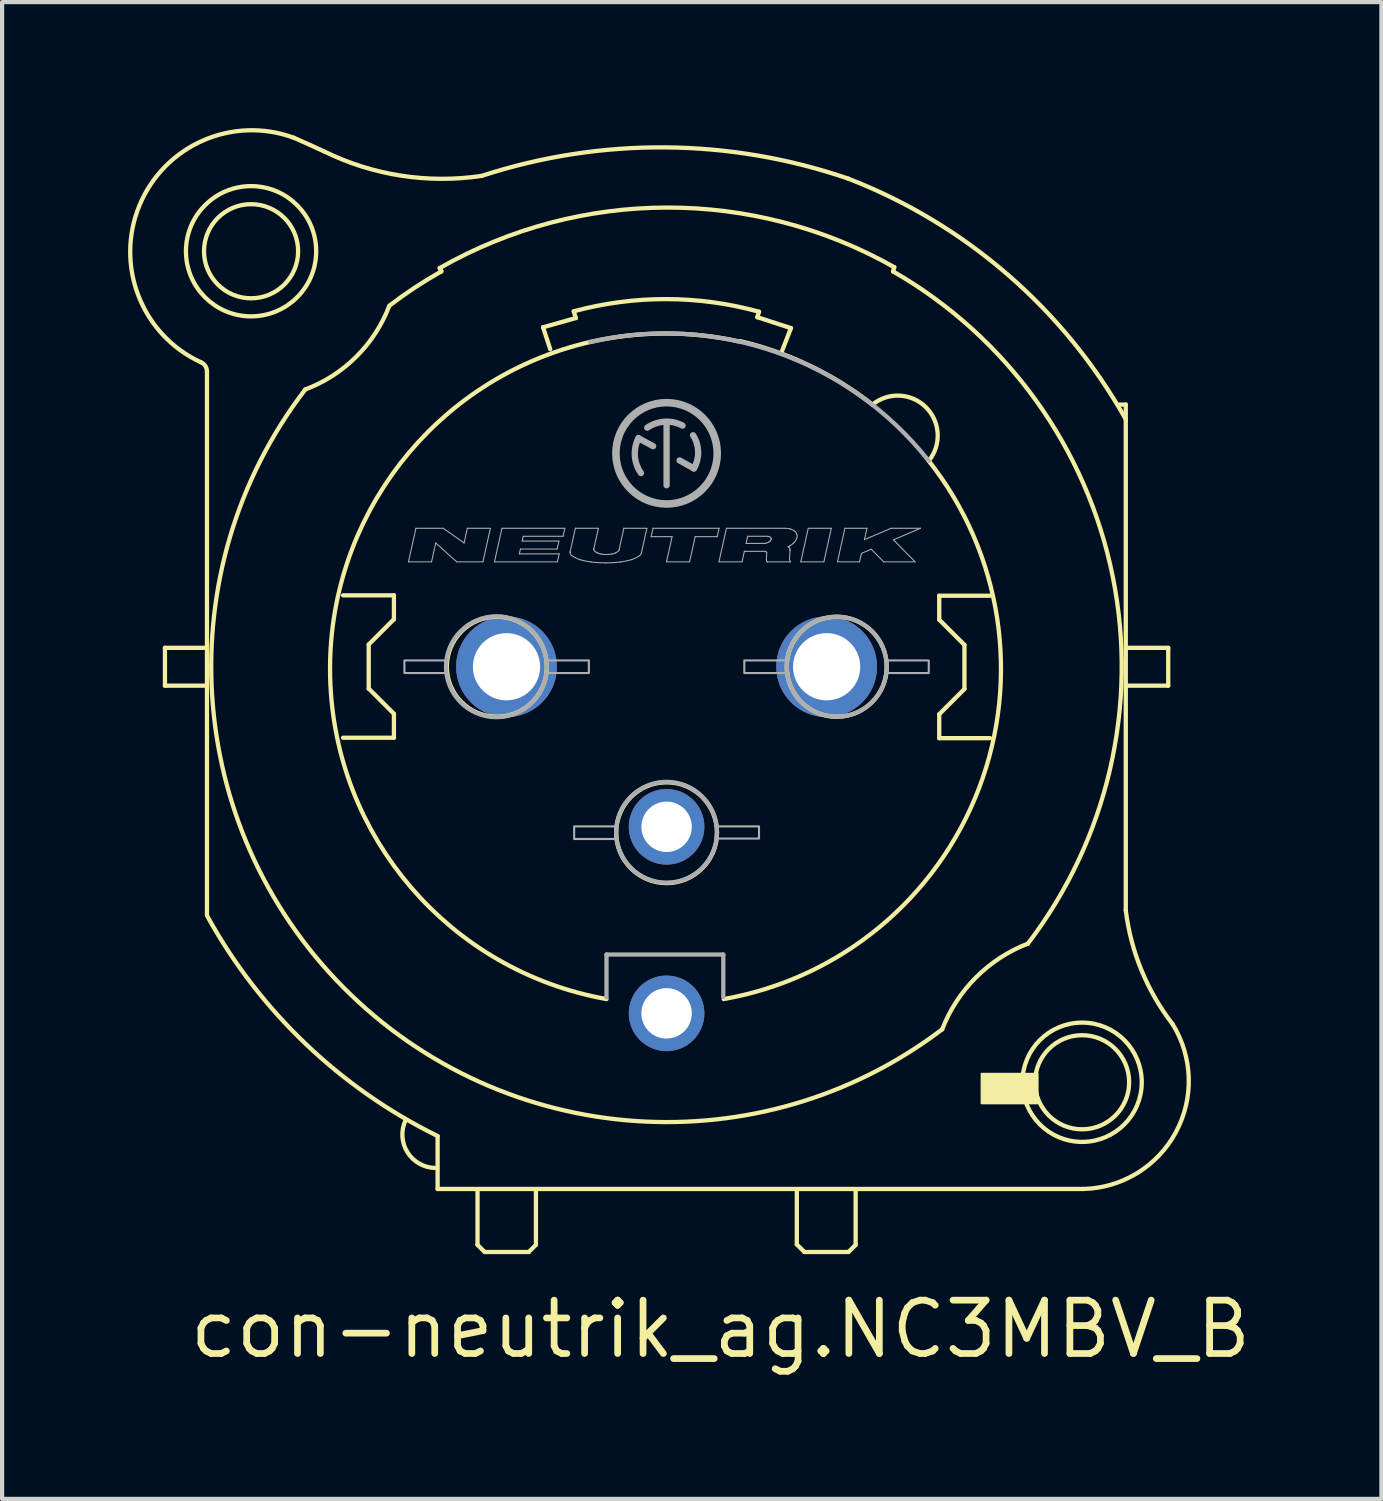
<source format=kicad_pcb>
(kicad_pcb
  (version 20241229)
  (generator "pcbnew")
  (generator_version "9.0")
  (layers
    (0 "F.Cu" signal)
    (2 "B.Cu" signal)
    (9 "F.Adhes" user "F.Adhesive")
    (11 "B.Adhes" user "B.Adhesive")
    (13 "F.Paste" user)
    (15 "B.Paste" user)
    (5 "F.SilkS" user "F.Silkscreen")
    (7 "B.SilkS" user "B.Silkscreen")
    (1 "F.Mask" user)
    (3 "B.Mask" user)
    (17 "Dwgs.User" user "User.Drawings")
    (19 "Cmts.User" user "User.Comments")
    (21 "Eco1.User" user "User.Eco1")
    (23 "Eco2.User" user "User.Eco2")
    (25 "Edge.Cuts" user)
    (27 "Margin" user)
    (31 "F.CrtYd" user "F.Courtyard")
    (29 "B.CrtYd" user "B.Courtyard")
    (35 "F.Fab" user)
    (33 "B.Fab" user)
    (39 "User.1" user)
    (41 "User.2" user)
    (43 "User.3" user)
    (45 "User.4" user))
  (footprint "con-neutrik_ag.NC3MBV_B"
    (layer "F.Cu")
    (at 12.816 12.82)
    (property "Reference" "con-neutrik_ag.NC3MBV_B" (at -11.43 16.51 0) (layer "F.SilkS") (effects (font (size 1.27 1.27) (thickness 0.16)) (justify left bottom)))
    (attr through_hole)
    (fp_line (start -11.94 -0.45) (end -11.94 0.45) (stroke (width 0.102) (type default)) (layer "F.SilkS"))
    (fp_line (start -11.94 0.45) (end -10.99 0.45) (stroke (width 0.102) (type default)) (layer "F.SilkS"))
    (fp_line (start -10.99 -0.45) (end -11.94 -0.45) (stroke (width 0.102) (type default)) (layer "F.SilkS"))
    (fp_line (start -10.94 5.5) (end -10.94 -7.03) (stroke (width 0.102) (type default)) (layer "F.SilkS"))
    (fp_line (start -10.94 5.91) (end -10.94 5.52) (stroke (width 0.102) (type default)) (layer "F.SilkS"))
    (fp_line (start -7.7 -1.7) (end -6.49 -1.7) (stroke (width 0.102) (type default)) (layer "F.SilkS"))
    (fp_line (start -7.09 -0.53) (end -7.09 0.52) (stroke (width 0.102) (type default)) (layer "F.SilkS"))
    (fp_line (start -7.09 0.52) (end -6.49 1.12) (stroke (width 0.102) (type default)) (layer "F.SilkS"))
    (fp_line (start -6.49 -1.7) (end -6.49 -1.13) (stroke (width 0.102) (type default)) (layer "F.SilkS"))
    (fp_line (start -6.49 -1.13) (end -7.09 -0.53) (stroke (width 0.102) (type default)) (layer "F.SilkS"))
    (fp_line (start -6.49 1.12) (end -6.49 1.69) (stroke (width 0.102) (type default)) (layer "F.SilkS"))
    (fp_line (start -6.49 1.69) (end -7.7 1.69) (stroke (width 0.102) (type default)) (layer "F.SilkS"))
    (fp_line (start -5.45 11.17) (end -5.45 12.43) (stroke (width 0.102) (type default)) (layer "F.SilkS"))
    (fp_line (start -5.45 12.43) (end 9.92 12.43) (stroke (width 0.102) (type default)) (layer "F.SilkS"))
    (fp_line (start -5.4 -9.49) (end -5.36 -9.41) (stroke (width 0.102) (type default)) (layer "F.SilkS"))
    (fp_line (start -4.5 12.49) (end -4.5 13.76) (stroke (width 0.102) (type default)) (layer "F.SilkS"))
    (fp_line (start -4.5 13.76) (end -4.33 13.93) (stroke (width 0.102) (type default)) (layer "F.SilkS"))
    (fp_line (start -4.33 13.93) (end -3.28 13.93) (stroke (width 0.102) (type default)) (layer "F.SilkS"))
    (fp_line (start -3.28 13.93) (end -3.11 13.76) (stroke (width 0.102) (type default)) (layer "F.SilkS"))
    (fp_line (start -3.11 13.76) (end -3.11 12.47) (stroke (width 0.102) (type default)) (layer "F.SilkS"))
    (fp_line (start -2.94 -8.08) (end -2.16 -8.3) (stroke (width 0.102) (type default)) (layer "F.SilkS"))
    (fp_line (start -2.77 -7.56) (end -2.94 -8.08) (stroke (width 0.102) (type default)) (layer "F.SilkS"))
    (fp_line (start -2.16 -8.3) (end -2.21 -8.46) (stroke (width 0.102) (type default)) (layer "F.SilkS"))
    (fp_line (start 2.16 -8.32) (end 2.96 -8.06) (stroke (width 0.102) (type default)) (layer "F.SilkS"))
    (fp_line (start 2.2 -8.45) (end 2.16 -8.32) (stroke (width 0.102) (type default)) (layer "F.SilkS"))
    (fp_line (start 2.96 -8.06) (end 2.75 -7.52) (stroke (width 0.102) (type default)) (layer "F.SilkS"))
    (fp_line (start 3.1 12.49) (end 3.1 13.75) (stroke (width 0.102) (type default)) (layer "F.SilkS"))
    (fp_line (start 3.1 13.75) (end 3.28 13.93) (stroke (width 0.102) (type default)) (layer "F.SilkS"))
    (fp_line (start 3.28 13.93) (end 4.33 13.93) (stroke (width 0.102) (type default)) (layer "F.SilkS"))
    (fp_line (start 4.33 13.93) (end 4.5 13.76) (stroke (width 0.102) (type default)) (layer "F.SilkS"))
    (fp_line (start 4.5 13.76) (end 4.5 12.48) (stroke (width 0.102) (type default)) (layer "F.SilkS"))
    (fp_line (start 5.39 -9.41) (end 5.42 -9.51) (stroke (width 0.102) (type default)) (layer "F.SilkS"))
    (fp_line (start 6.49 -1.69) (end 7.7 -1.69) (stroke (width 0.102) (type default)) (layer "F.SilkS"))
    (fp_line (start 6.49 -1.12) (end 6.49 -1.69) (stroke (width 0.102) (type default)) (layer "F.SilkS"))
    (fp_line (start 6.49 1.13) (end 7.09 0.53) (stroke (width 0.102) (type default)) (layer "F.SilkS"))
    (fp_line (start 6.49 1.7) (end 6.49 1.13) (stroke (width 0.102) (type default)) (layer "F.SilkS"))
    (fp_line (start 7.09 -0.52) (end 6.49 -1.12) (stroke (width 0.102) (type default)) (layer "F.SilkS"))
    (fp_line (start 7.09 0.53) (end 7.09 -0.52) (stroke (width 0.102) (type default)) (layer "F.SilkS"))
    (fp_line (start 7.7 1.7) (end 6.49 1.7) (stroke (width 0.102) (type default)) (layer "F.SilkS"))
    (fp_line (start 10.93 -6.24) (end 10.77 -6.24) (stroke (width 0.102) (type default)) (layer "F.SilkS"))
    (fp_line (start 10.93 5.8) (end 10.93 -6.24) (stroke (width 0.102) (type default)) (layer "F.SilkS"))
    (fp_line (start 10.97 -0.45) (end 11.94 -0.45) (stroke (width 0.102) (type default)) (layer "F.SilkS"))
    (fp_line (start 11.94 -0.45) (end 11.94 0.45) (stroke (width 0.102) (type default)) (layer "F.SilkS"))
    (fp_line (start 11.94 0.45) (end 10.97 0.45) (stroke (width 0.102) (type default)) (layer "F.SilkS"))
    (fp_rect (start 7.5 10.39) (end 8.83 9.69) (stroke (width 0.05) (type default)) (fill yes) (layer "F.SilkS"))
    (fp_arc (start -11.09 -7.25) (mid -10.981062 -7.163139) (end -10.94 -7.03) (stroke (width 0.1016) (type default)) (layer "F.SilkS"))
    (fp_arc (start -11.09 -7.25) (mid -12.543512 -10.98573) (end -8.87 -12.59) (stroke (width 0.1016) (type default)) (layer "F.SilkS"))
    (fp_arc (start -8.87 -12.59) (mid -8.514255 -12.431652) (end -8.16 -12.27) (stroke (width 0.1016) (type default)) (layer "F.SilkS"))
    (fp_arc (start -6.6 -8.59) (mid -7.385857 -7.379781) (end -8.6 -6.6) (stroke (width 0.1016) (type default)) (layer "F.SilkS"))
    (fp_arc (start -6.59 -8.6) (mid -5.989419 -9.026896) (end -5.36 -9.41) (stroke (width 0.1016) (type default)) (layer "F.SilkS"))
    (fp_arc (start -5.51 11.93) (mid -6.165298 11.560367) (end -6.22 10.81) (stroke (width 0.1016) (type default)) (layer "F.SilkS"))
    (fp_arc (start -5.45 11.17) (mid -8.591551 8.975746) (end -10.93 5.94) (stroke (width 0.1016) (type default)) (layer "F.SilkS"))
    (fp_arc (start -5.4 -9.49) (mid 0.007357 -10.929608) (end 5.42 -9.51) (stroke (width 0.1016) (type default)) (layer "F.SilkS"))
    (fp_arc (start -4.3995 -11.6841) (mid -6.324542 -11.689558) (end -8.16 -12.27) (stroke (width 0.1016) (type default)) (layer "F.SilkS"))
    (fp_arc (start -4.3975 -11.6846) (mid -0.033882 -12.361943) (end 4.3192 -11.6199) (stroke (width 0.1016) (type default)) (layer "F.SilkS"))
    (fp_arc (start -2.21 -8.46) (mid -0.004329 -8.750808) (end 2.2 -8.45) (stroke (width 0.1016) (type default)) (layer "F.SilkS"))
    (fp_arc (start -1.82 -7.73) (mid -0.040554 -7.932105) (end 1.74 -7.74) (stroke (width 0.1016) (type default)) (layer "F.SilkS"))
    (fp_arc (start -1.43 7.91) (mid -8.007804 0.249162) (end -1.82 -7.73) (stroke (width 0.1016) (type default)) (layer "F.SilkS"))
    (fp_arc (start 1.75 -7.75) (mid 3.407463 -7.167026) (end 4.9 -6.24) (stroke (width 0.1016) (type default)) (layer "F.SilkS"))
    (fp_arc (start 4.3216 -11.6192) (mid 8.12433 -9.329634) (end 10.93 -5.89) (stroke (width 0.1016) (type default)) (layer "F.SilkS"))
    (fp_arc (start 4.9 -6.24) (mid 6.174454 -6.174454) (end 6.24 -4.9) (stroke (width 0.1016) (type default)) (layer "F.SilkS"))
    (fp_arc (start 5.39 -9.41) (mid 10.621563 -2.137579) (end 8.6 6.59) (stroke (width 0.1016) (type default)) (layer "F.SilkS"))
    (fp_arc (start 6.24 -4.9) (mid 7.436813 2.890453) (end 1.36 7.91) (stroke (width 0.1016) (type default)) (layer "F.SilkS"))
    (fp_arc (start 6.56 8.63) (mid -7.680581 7.644968) (end -8.6 -6.6) (stroke (width 0.1016) (type default)) (layer "F.SilkS"))
    (fp_arc (start 6.56 8.63) (mid 7.3644 7.3944) (end 8.6 6.59) (stroke (width 0.1016) (type default)) (layer "F.SilkS"))
    (fp_arc (start 12.04 8.5) (mid 12.121472 11.080756) (end 9.92 12.43) (stroke (width 0.1016) (type default)) (layer "F.SilkS"))
    (fp_arc (start 12.04 8.5) (mid 11.303815 7.224487) (end 10.93 5.8) (stroke (width 0.1016) (type default)) (layer "F.SilkS"))
    (fp_circle (center -9.89 -9.89) (end -8.77 -9.89) (stroke (width 0.102) (type default)) (fill no) (layer "F.SilkS"))
    (fp_circle (center -9.89 -9.89) (end -8.34 -9.89) (stroke (width 0.102) (type default)) (fill no) (layer "F.SilkS"))
    (fp_circle (center -4.04 0) (end -2.85 0) (stroke (width 0.102) (type default)) (fill no) (layer "F.SilkS"))
    (fp_circle (center 0 3.95) (end 1.2 3.95) (stroke (width 0.102) (type default)) (fill no) (layer "F.SilkS"))
    (fp_circle (center 4.05 0) (end 5.24 0) (stroke (width 0.102) (type default)) (fill no) (layer "F.SilkS"))
    (fp_circle (center 9.89 9.89) (end 11.01 9.89) (stroke (width 0.102) (type default)) (fill no) (layer "F.SilkS"))
    (fp_circle (center 9.89 9.89) (end 11.31 9.89) (stroke (width 0.102) (type default)) (fill no) (layer "F.SilkS"))
    (fp_line (start -6.144 -2.497) (end -5.966 -3.296) (stroke (width 0.025) (type default)) (layer "F.Fab"))
    (fp_line (start -6.144 -2.497) (end -5.594 -2.497) (stroke (width 0.025) (type default)) (layer "F.Fab"))
    (fp_line (start -5.966 -3.296) (end -5.317 -3.296) (stroke (width 0.025) (type default)) (layer "F.Fab"))
    (fp_line (start -5.594 -2.497) (end -5.495 -2.946) (stroke (width 0.025) (type default)) (layer "F.Fab"))
    (fp_line (start -5.495 -2.946) (end -4.995 -2.497) (stroke (width 0.025) (type default)) (layer "F.Fab"))
    (fp_line (start -5.317 -3.296) (end -4.82 -2.946) (stroke (width 0.025) (type default)) (layer "F.Fab"))
    (fp_line (start -4.995 -2.497) (end -4.371 -2.497) (stroke (width 0.025) (type default)) (layer "F.Fab"))
    (fp_line (start -4.82 -2.946) (end -4.743 -3.296) (stroke (width 0.025) (type default)) (layer "F.Fab"))
    (fp_line (start -4.743 -3.296) (end -4.194 -3.296) (stroke (width 0.025) (type default)) (layer "F.Fab"))
    (fp_line (start -4.371 -2.497) (end -4.194 -3.296) (stroke (width 0.025) (type default)) (layer "F.Fab"))
    (fp_line (start -4.096 -2.497) (end -3.919 -3.296) (stroke (width 0.025) (type default)) (layer "F.Fab"))
    (fp_line (start -4.096 -2.497) (end -2.598 -2.497) (stroke (width 0.025) (type default)) (layer "F.Fab"))
    (fp_line (start -3.919 -3.296) (end -2.421 -3.296) (stroke (width 0.025) (type default)) (layer "F.Fab"))
    (fp_line (start -3.505 -2.687) (end -3.479 -2.802) (stroke (width 0.025) (type default)) (layer "F.Fab"))
    (fp_line (start -3.505 -2.687) (end -2.556 -2.687) (stroke (width 0.025) (type default)) (layer "F.Fab"))
    (fp_line (start -3.479 -2.802) (end -2.605 -2.802) (stroke (width 0.025) (type default)) (layer "F.Fab"))
    (fp_line (start -3.437 -2.991) (end -3.412 -3.106) (stroke (width 0.025) (type default)) (layer "F.Fab"))
    (fp_line (start -3.437 -2.991) (end -2.563 -2.991) (stroke (width 0.025) (type default)) (layer "F.Fab"))
    (fp_line (start -3.412 -3.106) (end -2.463 -3.106) (stroke (width 0.025) (type default)) (layer "F.Fab"))
    (fp_line (start -2.605 -2.802) (end -2.563 -2.991) (stroke (width 0.025) (type default)) (layer "F.Fab"))
    (fp_line (start -2.598 -2.497) (end -2.556 -2.687) (stroke (width 0.025) (type default)) (layer "F.Fab"))
    (fp_line (start -2.463 -3.106) (end -2.421 -3.296) (stroke (width 0.025) (type default)) (layer "F.Fab"))
    (fp_line (start -2.294 -2.741) (end -2.171 -3.296) (stroke (width 0.025) (type default)) (layer "F.Fab"))
    (fp_line (start -2.171 -3.296) (end -1.623 -3.296) (stroke (width 0.025) (type default)) (layer "F.Fab"))
    (fp_line (start -1.731 -2.81) (end -1.623 -3.296) (stroke (width 0.025) (type default)) (layer "F.Fab"))
    (fp_line (start -1.43 6.85) (end 1.35 6.85) (stroke (width 0.102) (type default)) (layer "F.Fab"))
    (fp_line (start -1.43 7.87) (end -1.43 6.85) (stroke (width 0.102) (type default)) (layer "F.Fab"))
    (fp_line (start -1.13 -2.784) (end -1.017 -3.296) (stroke (width 0.025) (type default)) (layer "F.Fab"))
    (fp_line (start -1.017 -3.296) (end -0.469 -3.296) (stroke (width 0.025) (type default)) (layer "F.Fab"))
    (fp_line (start -0.67 -5.44) (end -0.32 -5.25) (stroke (width 0.15) (type default)) (layer "F.Fab"))
    (fp_line (start -0.601 -2.702) (end -0.469 -3.296) (stroke (width 0.025) (type default)) (layer "F.Fab"))
    (fp_line (start -0.368 -3.096) (end -0.324 -3.296) (stroke (width 0.025) (type default)) (layer "F.Fab"))
    (fp_line (start -0.368 -3.096) (end 0.131 -3.096) (stroke (width 0.025) (type default)) (layer "F.Fab"))
    (fp_line (start -0.324 -3.296) (end 1.249 -3.296) (stroke (width 0.025) (type default)) (layer "F.Fab"))
    (fp_line (start -0.001 -2.497) (end 0.131 -3.096) (stroke (width 0.025) (type default)) (layer "F.Fab"))
    (fp_line (start -0.001 -2.497) (end 0.548 -2.497) (stroke (width 0.025) (type default)) (layer "F.Fab"))
    (fp_line (start 0 -4.32) (end 0 -5.82) (stroke (width 0.15) (type default)) (layer "F.Fab"))
    (fp_line (start 0.31 -4.91) (end 0.65 -4.72) (stroke (width 0.15) (type default)) (layer "F.Fab"))
    (fp_line (start 0.548 -2.497) (end 0.681 -3.096) (stroke (width 0.025) (type default)) (layer "F.Fab"))
    (fp_line (start 0.681 -3.096) (end 1.205 -3.096) (stroke (width 0.025) (type default)) (layer "F.Fab"))
    (fp_line (start 1.205 -3.096) (end 1.249 -3.296) (stroke (width 0.025) (type default)) (layer "F.Fab"))
    (fp_line (start 1.247 -2.497) (end 1.424 -3.296) (stroke (width 0.025) (type default)) (layer "F.Fab"))
    (fp_line (start 1.247 -2.497) (end 1.796 -2.497) (stroke (width 0.025) (type default)) (layer "F.Fab"))
    (fp_line (start 1.35 6.85) (end 1.35 7.86) (stroke (width 0.102) (type default)) (layer "F.Fab"))
    (fp_line (start 1.424 -3.296) (end 2.826 -3.296) (stroke (width 0.025) (type default)) (layer "F.Fab"))
    (fp_line (start 1.796 -2.497) (end 1.852 -2.747) (stroke (width 0.025) (type default)) (layer "F.Fab"))
    (fp_line (start 1.852 -2.747) (end 2.328 -2.747) (stroke (width 0.025) (type default)) (layer "F.Fab"))
    (fp_line (start 1.894 -2.936) (end 1.931 -3.106) (stroke (width 0.025) (type default)) (layer "F.Fab"))
    (fp_line (start 1.894 -2.936) (end 2.321 -2.936) (stroke (width 0.025) (type default)) (layer "F.Fab"))
    (fp_line (start 1.931 -3.106) (end 2.394 -3.106) (stroke (width 0.025) (type default)) (layer "F.Fab"))
    (fp_line (start 2.375 -2.561) (end 2.385 -2.707) (stroke (width 0.025) (type default)) (layer "F.Fab"))
    (fp_line (start 2.394 -2.497) (end 2.394 -2.497) (stroke (width 0.025) (type default)) (layer "F.Fab"))
    (fp_line (start 2.394 -2.497) (end 2.95 -2.497) (stroke (width 0.025) (type default)) (layer "F.Fab"))
    (fp_line (start 2.926 -2.581) (end 2.939 -2.767) (stroke (width 0.025) (type default)) (layer "F.Fab"))
    (fp_line (start 3.195 -2.497) (end 3.372 -3.296) (stroke (width 0.025) (type default)) (layer "F.Fab"))
    (fp_line (start 3.195 -2.497) (end 3.744 -2.497) (stroke (width 0.025) (type default)) (layer "F.Fab"))
    (fp_line (start 3.372 -3.296) (end 3.921 -3.296) (stroke (width 0.025) (type default)) (layer "F.Fab"))
    (fp_line (start 3.744 -2.497) (end 3.921 -3.296) (stroke (width 0.025) (type default)) (layer "F.Fab"))
    (fp_line (start 4.068 -2.497) (end 4.245 -3.296) (stroke (width 0.025) (type default)) (layer "F.Fab"))
    (fp_line (start 4.068 -2.497) (end 4.593 -2.497) (stroke (width 0.025) (type default)) (layer "F.Fab"))
    (fp_line (start 4.245 -3.296) (end 4.77 -3.296) (stroke (width 0.025) (type default)) (layer "F.Fab"))
    (fp_line (start 4.593 -2.497) (end 4.637 -2.697) (stroke (width 0.025) (type default)) (layer "F.Fab"))
    (fp_line (start 4.637 -2.697) (end 4.871 -2.797) (stroke (width 0.025) (type default)) (layer "F.Fab"))
    (fp_line (start 4.71 -3.026) (end 4.77 -3.296) (stroke (width 0.025) (type default)) (layer "F.Fab"))
    (fp_line (start 4.71 -3.026) (end 5.344 -3.296) (stroke (width 0.025) (type default)) (layer "F.Fab"))
    (fp_line (start 4.871 -2.797) (end 5.167 -2.497) (stroke (width 0.025) (type default)) (layer "F.Fab"))
    (fp_line (start 5.167 -2.497) (end 5.916 -2.497) (stroke (width 0.025) (type default)) (layer "F.Fab"))
    (fp_line (start 5.344 -3.296) (end 6.043 -3.296) (stroke (width 0.025) (type default)) (layer "F.Fab"))
    (fp_line (start 5.399 -3.021) (end 5.916 -2.497) (stroke (width 0.025) (type default)) (layer "F.Fab"))
    (fp_line (start 5.399 -3.021) (end 6.043 -3.296) (stroke (width 0.025) (type default)) (layer "F.Fab"))
    (fp_rect (start -6.24 0.15) (end -5.25 -0.15) (stroke (width 0.05) (type default)) (fill no) (layer "F.Fab"))
    (fp_rect (start -2.85 0.15) (end -1.85 -0.15) (stroke (width 0.05) (type default)) (fill no) (layer "F.Fab"))
    (fp_rect (start -2.2 4.1) (end -1.18 3.8) (stroke (width 0.05) (type default)) (fill no) (layer "F.Fab"))
    (fp_rect (start 1.19 4.09) (end 2.2 3.8) (stroke (width 0.05) (type default)) (fill no) (layer "F.Fab"))
    (fp_rect (start 1.85 0.15) (end 2.85 -0.15) (stroke (width 0.05) (type default)) (fill no) (layer "F.Fab"))
    (fp_rect (start 5.25 0.15) (end 6.24 -0.15) (stroke (width 0.05) (type default)) (fill no) (layer "F.Fab"))
    (fp_arc (start -2.2964 -2.7217) (mid -2.295867 -2.731456) (end -2.2943 -2.7411) (stroke (width 0.0254) (type default)) (layer "F.Fab"))
    (fp_arc (start -2.2578 -2.6471) (mid -2.286121 -2.679718) (end -2.2963 -2.7217) (stroke (width 0.0254) (type default)) (layer "F.Fab"))
    (fp_arc (start -2.0477 -2.5452) (mid -2.156985 -2.587418) (end -2.2578 -2.6471) (stroke (width 0.0254) (type default)) (layer "F.Fab"))
    (fp_arc (start -1.82 -7.73) (mid 2.620286 -7.483518) (end 6.24 -4.9) (stroke (width 0.1016) (type default)) (layer "F.Fab"))
    (fp_arc (start -1.796 -2.4932) (mid -1.922923 -2.514007) (end -2.0477 -2.5452) (stroke (width 0.0254) (type default)) (layer "F.Fab"))
    (fp_arc (start -1.7326 -2.7966) (mid -1.732234 -2.803244) (end -1.7311 -2.8098) (stroke (width 0.0254) (type default)) (layer "F.Fab"))
    (fp_arc (start -1.7159 -2.7561) (mid -1.728335 -2.774676) (end -1.7327 -2.7966) (stroke (width 0.0254) (type default)) (layer "F.Fab"))
    (fp_arc (start -1.6443 -2.7083) (mid -1.682454 -2.728674) (end -1.7159 -2.7561) (stroke (width 0.0254) (type default)) (layer "F.Fab"))
    (fp_arc (start -1.5538 -2.6822) (mid -1.599779 -2.692723) (end -1.6443 -2.7083) (stroke (width 0.0254) (type default)) (layer "F.Fab"))
    (fp_arc (start -1.4474 -2.4721) (mid -1.62202 -2.477365) (end -1.796 -2.4932) (stroke (width 0.0254) (type default)) (layer "F.Fab"))
    (fp_arc (start -1.4308 -2.6718) (mid -1.492521 -2.674388) (end -1.5538 -2.6822) (stroke (width 0.0254) (type default)) (layer "F.Fab"))
    (fp_arc (start -1.3079 -2.6822) (mid -1.369129 -2.67439) (end -1.4308 -2.6718) (stroke (width 0.0254) (type default)) (layer "F.Fab"))
    (fp_arc (start -1.2174 -2.7083) (mid -1.261921 -2.692723) (end -1.3079 -2.6822) (stroke (width 0.0254) (type default)) (layer "F.Fab"))
    (fp_arc (start -1.1458 -2.7561) (mid -1.179246 -2.728674) (end -1.2174 -2.7083) (stroke (width 0.0254) (type default)) (layer "F.Fab"))
    (fp_arc (start -1.1304 -2.7839) (mid -1.136132 -2.76891) (end -1.1458 -2.7561) (stroke (width 0.0254) (type default)) (layer "F.Fab"))
    (fp_arc (start -1.0989 -2.4931) (mid -1.27283 -2.477266) (end -1.4474 -2.472) (stroke (width 0.0254) (type default)) (layer "F.Fab"))
    (fp_arc (start -0.8472 -2.5452) (mid -0.971977 -2.514007) (end -1.0989 -2.4932) (stroke (width 0.0254) (type default)) (layer "F.Fab"))
    (fp_arc (start -0.6371 -2.6471) (mid -0.737916 -2.587421) (end -0.8472 -2.5452) (stroke (width 0.0254) (type default)) (layer "F.Fab"))
    (fp_arc (start -0.61 -4.61) (mid -0.754744 -5.016705) (end -0.67 -5.44) (stroke (width 0.15) (type default)) (layer "F.Fab"))
    (fp_arc (start -0.6007 -2.7023) (mid -0.613738 -2.671296) (end -0.6371 -2.6471) (stroke (width 0.0254) (type default)) (layer "F.Fab"))
    (fp_arc (start -0.46 -5.69) (mid -0.047007 -5.832716) (end 0.38 -5.74) (stroke (width 0.15) (type default)) (layer "F.Fab"))
    (fp_arc (start 0.63 -5.51) (mid 0.752066 -5.117837) (end 0.65 -4.72) (stroke (width 0.15) (type default)) (layer "F.Fab"))
    (fp_arc (start 2.3283 -2.7467) (mid 2.340566 -2.745829) (end 2.3526 -2.7433) (stroke (width 0.0254) (type default)) (layer "F.Fab"))
    (fp_arc (start 2.3526 -2.7432) (mid 2.364222 -2.738519) (end 2.3746 -2.7315) (stroke (width 0.0254) (type default)) (layer "F.Fab"))
    (fp_arc (start 2.3746 -2.7315) (mid 2.380482 -2.724772) (end 2.3841 -2.7166) (stroke (width 0.0254) (type default)) (layer "F.Fab"))
    (fp_arc (start 2.3785 -2.9442) (mid 2.349756 -2.938398) (end 2.3205 -2.9364) (stroke (width 0.0254) (type default)) (layer "F.Fab"))
    (fp_arc (start 2.3943 -2.497) (mid 2.380142 -2.527484) (end 2.375 -2.5607) (stroke (width 0.0254) (type default)) (layer "F.Fab"))
    (fp_arc (start 2.3944 -3.1062) (mid 2.414793 -3.104721) (end 2.4348 -3.1005) (stroke (width 0.0254) (type default)) (layer "F.Fab"))
    (fp_arc (start 2.4288 -2.9645) (mid 2.404262 -2.952875) (end 2.3785 -2.9443) (stroke (width 0.0254) (type default)) (layer "F.Fab"))
    (fp_arc (start 2.4348 -3.1005) (mid 2.454244 -3.09272) (end 2.4716 -3.081) (stroke (width 0.0254) (type default)) (layer "F.Fab"))
    (fp_arc (start 2.4641 -2.9914) (mid 2.447446 -2.976643) (end 2.4288 -2.9645) (stroke (width 0.0254) (type default)) (layer "F.Fab"))
    (fp_arc (start 2.4716 -3.081) (mid 2.481397 -3.069754) (end 2.4874 -3.0561) (stroke (width 0.0254) (type default)) (layer "F.Fab"))
    (fp_arc (start 2.4861 -3.0267) (mid 2.476985 -3.007875) (end 2.4641 -2.9914) (stroke (width 0.0254) (type default)) (layer "F.Fab"))
    (fp_arc (start 2.4874 -3.0561) (mid 2.488997 -3.041301) (end 2.4861 -3.0267) (stroke (width 0.0254) (type default)) (layer "F.Fab"))
    (fp_arc (start 2.8259 -3.296) (mid 2.886677 -3.291588) (end 2.9463 -3.279) (stroke (width 0.0254) (type default)) (layer "F.Fab"))
    (fp_arc (start 2.8917 -2.8549) (mid 2.899191 -2.849485) (end 2.9064 -2.8437) (stroke (width 0.0254) (type default)) (layer "F.Fab"))
    (fp_arc (start 2.9064 -2.8437) (mid 2.924646 -2.822802) (end 2.9358 -2.7974) (stroke (width 0.0254) (type default)) (layer "F.Fab"))
    (fp_arc (start 2.9282 -2.8737) (mid 2.910094 -2.86407) (end 2.8917 -2.855) (stroke (width 0.0254) (type default)) (layer "F.Fab"))
    (fp_arc (start 2.9358 -2.7974) (mid 2.93855 -2.782173) (end 2.9387 -2.7667) (stroke (width 0.0254) (type default)) (layer "F.Fab"))
    (fp_arc (start 2.9463 -3.279) (mid 3.004211 -3.255758) (end 3.0559 -3.2208) (stroke (width 0.0254) (type default)) (layer "F.Fab"))
    (fp_arc (start 2.9503 -2.497) (mid 2.930467 -2.536583) (end 2.9257 -2.5806) (stroke (width 0.0254) (type default)) (layer "F.Fab"))
    (fp_arc (start 3.0334 -2.9539) (mid 2.983769 -2.909906) (end 2.9282 -2.8737) (stroke (width 0.0254) (type default)) (layer "F.Fab"))
    (fp_arc (start 3.0559 -3.2208) (mid 3.085071 -3.187347) (end 3.1029 -3.1467) (stroke (width 0.0254) (type default)) (layer "F.Fab"))
    (fp_arc (start 3.0992 -3.0591) (mid 3.071923 -3.002983) (end 3.0334 -2.9539) (stroke (width 0.0254) (type default)) (layer "F.Fab"))
    (fp_arc (start 3.1029 -3.1467) (mid 3.107748 -3.102617) (end 3.0992 -3.0591) (stroke (width 0.0254) (type default)) (layer "F.Fab"))
    (fp_circle (center -4.05 0) (end -2.85 0) (stroke (width 0.102) (type default)) (fill no) (layer "F.Fab"))
    (fp_circle (center 0 -5.08) (end 1.206 -5.08) (stroke (width 0.18) (type default)) (fill no) (layer "F.Fab"))
    (fp_circle (center 0 3.94) (end 1.2 3.94) (stroke (width 0.102) (type default)) (fill no) (layer "F.Fab"))
    (fp_circle (center 4.05 0) (end 5.24 0) (stroke (width 0.102) (type default)) (fill no) (layer "F.Fab"))
    (pad "1" thru_hole circle (at -3.81 0) (size 2.4 2.4) (drill 1.6) (layers "*.Cu" "*.Mask"))
    (pad "2" thru_hole circle (at 3.81 0) (size 2.4 2.4) (drill 1.6) (layers "*.Cu" "*.Mask"))
    (pad "3" thru_hole circle (at 0 3.81) (size 1.8 1.8) (drill 1.2) (layers "*.Cu" "*.Mask"))
    (pad "G" thru_hole circle (at 0 8.25) (size 1.8 1.8) (drill 1.2) (layers "*.Cu" "*.Mask")))
  (gr_rect
    (start -3 -3)
    (end 29.831 32.627)
    (stroke (width 0.1) (type default))
    (fill no)
    (layer "Edge.Cuts")))
</source>
